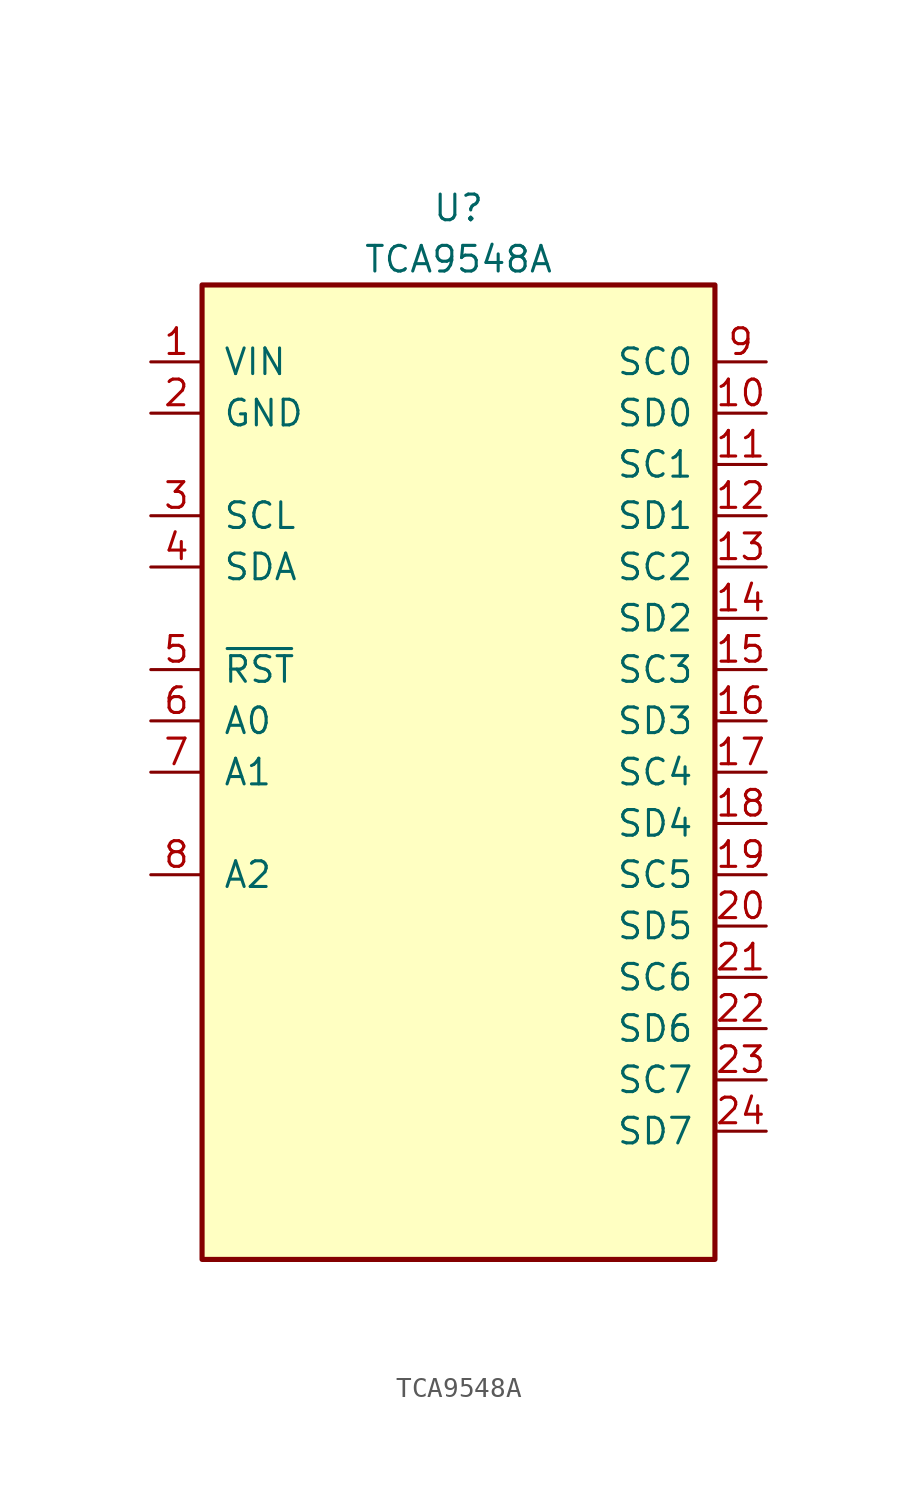
<source format=kicad_sym>
(kicad_symbol_lib
  (version 20231120)
  (generator "kicad_symbol_editor")
  (generator_version "9.0")
  (symbol "TCA9548A"
    (pin_names
      (offset 1.016))
    (property "Reference" "U"
      (at 0 27.94 0)
      (effects (font (size 1.27 1.27))))
    (property "Value" "TCA9548A"
      (at 0 25.4 0)
      (effects (font (size 1.27 1.27))))
    (symbol "TCA9548A_0_1"
      (rectangle (start -12.7 24.13) (end 12.7 -24.13) (stroke (width 0.254) (type default)) (fill (type background))))
    (symbol "TCA9548A_1_1"
      (pin power_in line (at -15.24 20.32 0) (length 2.54) (name "VIN" (effects (font (size 1.27 1.27)))) (number "1" (effects (font (size 1.27 1.27)))))
      (pin bidirectional line (at 15.24 17.78 180) (length 2.54) (name "SD0" (effects (font (size 1.27 1.27)))) (number "10" (effects (font (size 1.27 1.27)))))
      (pin output line (at 15.24 15.24 180) (length 2.54) (name "SC1" (effects (font (size 1.27 1.27)))) (number "11" (effects (font (size 1.27 1.27)))))
      (pin bidirectional line (at 15.24 12.7 180) (length 2.54) (name "SD1" (effects (font (size 1.27 1.27)))) (number "12" (effects (font (size 1.27 1.27)))))
      (pin output line (at 15.24 10.16 180) (length 2.54) (name "SC2" (effects (font (size 1.27 1.27)))) (number "13" (effects (font (size 1.27 1.27)))))
      (pin bidirectional line (at 15.24 7.62 180) (length 2.54) (name "SD2" (effects (font (size 1.27 1.27)))) (number "14" (effects (font (size 1.27 1.27)))))
      (pin output line (at 15.24 5.08 180) (length 2.54) (name "SC3" (effects (font (size 1.27 1.27)))) (number "15" (effects (font (size 1.27 1.27)))))
      (pin bidirectional line (at 15.24 2.54 180) (length 2.54) (name "SD3" (effects (font (size 1.27 1.27)))) (number "16" (effects (font (size 1.27 1.27)))))
      (pin output line (at 15.24 0 180) (length 2.54) (name "SC4" (effects (font (size 1.27 1.27)))) (number "17" (effects (font (size 1.27 1.27)))))
      (pin bidirectional line (at 15.24 -2.54 180) (length 2.54) (name "SD4" (effects (font (size 1.27 1.27)))) (number "18" (effects (font (size 1.27 1.27)))))
      (pin output line (at 15.24 -5.08 180) (length 2.54) (name "SC5" (effects (font (size 1.27 1.27)))) (number "19" (effects (font (size 1.27 1.27)))))
      (pin power_in line (at -15.24 17.78 0) (length 2.54) (name "GND" (effects (font (size 1.27 1.27)))) (number "2" (effects (font (size 1.27 1.27)))))
      (pin bidirectional line (at 15.24 -7.62 180) (length 2.54) (name "SD5" (effects (font (size 1.27 1.27)))) (number "20" (effects (font (size 1.27 1.27)))))
      (pin output line (at 15.24 -10.16 180) (length 2.54) (name "SC6" (effects (font (size 1.27 1.27)))) (number "21" (effects (font (size 1.27 1.27)))))
      (pin bidirectional line (at 15.24 -12.7 180) (length 2.54) (name "SD6" (effects (font (size 1.27 1.27)))) (number "22" (effects (font (size 1.27 1.27)))))
      (pin output line (at 15.24 -15.24 180) (length 2.54) (name "SC7" (effects (font (size 1.27 1.27)))) (number "23" (effects (font (size 1.27 1.27)))))
      (pin bidirectional line (at 15.24 -17.78 180) (length 2.54) (name "SD7" (effects (font (size 1.27 1.27)))) (number "24" (effects (font (size 1.27 1.27)))))
      (pin input line (at -15.24 12.7 0) (length 2.54) (name "SCL" (effects (font (size 1.27 1.27)))) (number "3" (effects (font (size 1.27 1.27)))))
      (pin bidirectional line (at -15.24 10.16 0) (length 2.54) (name "SDA" (effects (font (size 1.27 1.27)))) (number "4" (effects (font (size 1.27 1.27)))))
      (pin input line (at -15.24 5.08 0) (length 2.54) (name "~{RST}" (effects (font (size 1.27 1.27)))) (number "5" (effects (font (size 1.27 1.27)))))
      (pin input line (at -15.24 2.54 0) (length 2.54) (name "A0" (effects (font (size 1.27 1.27)))) (number "6" (effects (font (size 1.27 1.27)))))
      (pin input line (at -15.24 0 0) (length 2.54) (name "A1" (effects (font (size 1.27 1.27)))) (number "7" (effects (font (size 1.27 1.27)))))
      (pin input line (at -15.24 -5.08 0) (length 2.54) (name "A2" (effects (font (size 1.27 1.27)))) (number "8" (effects (font (size 1.27 1.27)))))
      (pin output line (at 15.24 20.32 180) (length 2.54) (name "SC0" (effects (font (size 1.27 1.27)))) (number "9" (effects (font (size 1.27 1.27))))))))
</source>
